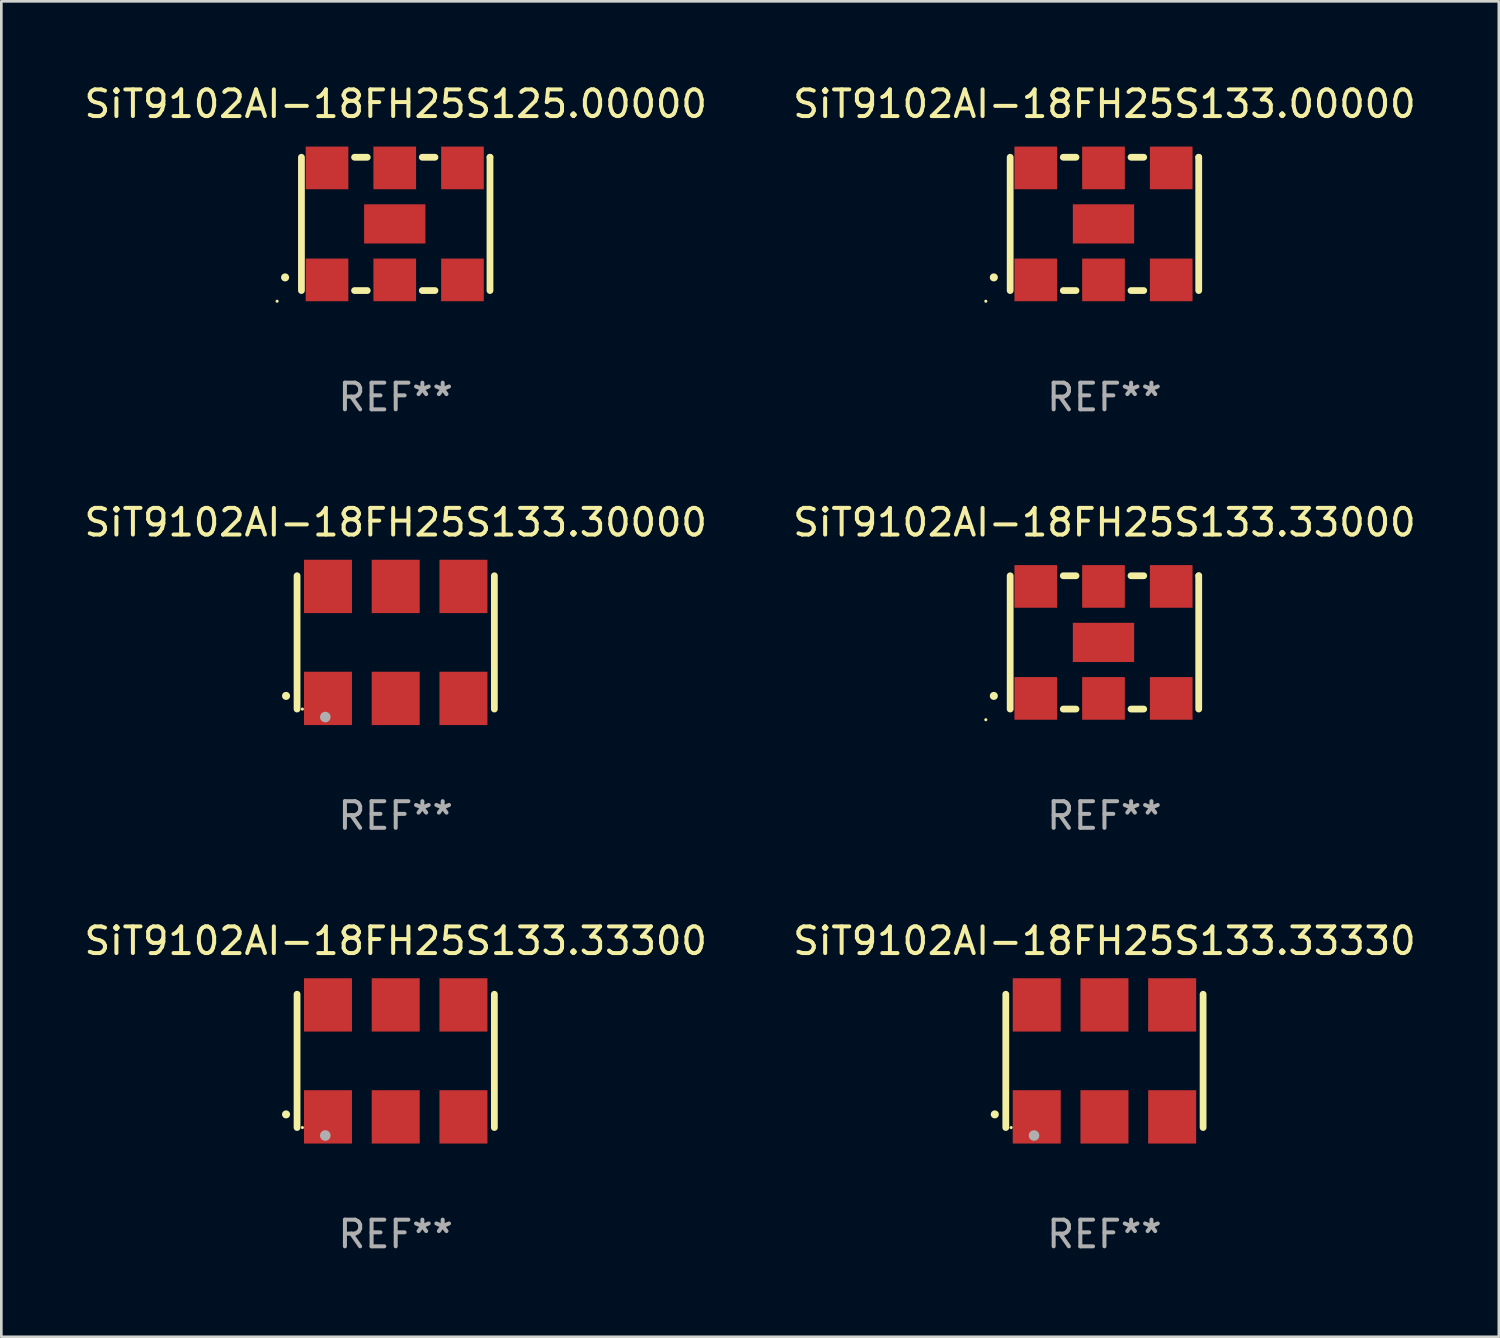
<source format=kicad_pcb>
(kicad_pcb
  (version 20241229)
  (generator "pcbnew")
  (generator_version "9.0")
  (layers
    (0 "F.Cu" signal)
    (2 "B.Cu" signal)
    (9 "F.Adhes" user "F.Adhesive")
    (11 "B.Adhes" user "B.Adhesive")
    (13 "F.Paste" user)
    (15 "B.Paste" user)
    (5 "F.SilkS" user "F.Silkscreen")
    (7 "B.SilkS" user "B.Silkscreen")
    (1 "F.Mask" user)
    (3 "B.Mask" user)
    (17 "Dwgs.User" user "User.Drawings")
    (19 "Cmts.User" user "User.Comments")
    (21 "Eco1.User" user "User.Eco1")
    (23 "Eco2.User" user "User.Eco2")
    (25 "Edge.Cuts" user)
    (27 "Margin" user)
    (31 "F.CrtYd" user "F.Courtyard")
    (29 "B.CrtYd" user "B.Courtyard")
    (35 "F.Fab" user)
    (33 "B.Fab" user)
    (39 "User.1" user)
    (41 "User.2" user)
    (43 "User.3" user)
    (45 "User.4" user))
  (footprint "SiT9102AI-18FH25S125.00000"
    (layer "F.Cu")
    (at 11.792 5.348)
    (property "Reference" "SiT9102AI-18FH25S125.00000" (at 0 -4.5 0) (layer "F.SilkS") (effects (font (size 1 1) (thickness 0.15))))
    (attr through_hole)
    (fp_line (start -3.536 -2.5) (end -3.536 2.5) (stroke (width 0.254) (type solid)) (layer "F.SilkS"))
    (fp_line (start -1.544 2.5) (end -1.067 2.5) (stroke (width 0.254) (type solid)) (layer "F.SilkS"))
    (fp_line (start -1.067 -2.5) (end -1.544 -2.5) (stroke (width 0.254) (type solid)) (layer "F.SilkS"))
    (fp_line (start 0.996 2.5) (end 1.473 2.5) (stroke (width 0.254) (type solid)) (layer "F.SilkS"))
    (fp_line (start 1.473 -2.5) (end 0.996 -2.5) (stroke (width 0.254) (type solid)) (layer "F.SilkS"))
    (fp_line (start 3.536 -2.5) (end 3.536 -2.5) (stroke (width 0.254) (type solid)) (layer "F.SilkS"))
    (fp_line (start 3.536 2.5) (end 3.536 -2.5) (stroke (width 0.254) (type solid)) (layer "F.SilkS"))
    (fp_arc (start -4.150432 2.006604) (mid -4.149162 2.006599) (end -4.147892 2.006604) (stroke (width 0.3) (type solid)) (layer "F.SilkS"))
    (fp_circle (center -4.449 2.9) (end -4.419 2.9) (stroke (width 0.06) (type solid)) (fill no) (layer "F.SilkS"))
    (fp_text user "REF**" (at 0 6.5 0) (layer "F.Fab") (effects (font (size 1 1) (thickness 0.15))))
    (pad "1" smd rect (at -2.576 2.1) (size 1.6 1.6) (layers "F.Cu" "F.Mask" "F.Paste"))
    (pad "2" smd rect (at -0.036 2.1) (size 1.6 1.6) (layers "F.Cu" "F.Mask" "F.Paste"))
    (pad "3" smd rect (at 2.504 2.1) (size 1.6 1.6) (layers "F.Cu" "F.Mask" "F.Paste"))
    (pad "4" smd rect (at 2.504 -2.1) (size 1.6 1.6) (layers "F.Cu" "F.Mask" "F.Paste"))
    (pad "5" smd rect (at -0.036 -2.1) (size 1.6 1.6) (layers "F.Cu" "F.Mask" "F.Paste"))
    (pad "6" smd rect (at -2.576 -2.1) (size 1.6 1.6) (layers "F.Cu" "F.Mask" "F.Paste"))
    (pad "7" smd rect (at -0.036 0) (size 2.3 1.47) (layers "F.Cu" "F.Mask" "F.Paste")))
  (footprint "SiT9102AI-18FH25S133.30000"
    (layer "F.Cu")
    (at 11.792 21.045)
    (property "Reference" "SiT9102AI-18FH25S133.30000" (at 0 -4.5 0) (layer "F.SilkS") (effects (font (size 1 1) (thickness 0.15))))
    (attr through_hole)
    (fp_line (start -3.7 -2.5) (end -3.7 2.5) (stroke (width 0.254) (type solid)) (layer "F.SilkS"))
    (fp_line (start 3.7 -2.5) (end 3.7 2.5) (stroke (width 0.254) (type solid)) (layer "F.SilkS"))
    (fp_arc (start -4.114415 2.006604) (mid -4.113145 2.006599) (end -4.111875 2.006604) (stroke (width 0.3) (type solid)) (layer "F.SilkS"))
    (fp_circle (center -3.5 2.501) (end -3.47 2.501) (stroke (width 0.06) (type solid)) (fill no) (layer "F.SilkS"))
    (fp_circle (center -2.641 2.799) (end -2.541 2.799) (stroke (width 0.2) (type solid)) (fill no) (layer "F.Fab"))
    (fp_text user "REF**" (at 0 6.5 0) (layer "F.Fab") (effects (font (size 1 1) (thickness 0.15))))
    (pad "1" smd rect (at -2.54 2.1) (size 1.8 2) (layers "F.Cu" "F.Mask" "F.Paste"))
    (pad "2" smd rect (at 0.000394 2.1) (size 1.8 2) (layers "F.Cu" "F.Mask" "F.Paste"))
    (pad "3" smd rect (at 2.54 2.1) (size 1.8 2) (layers "F.Cu" "F.Mask" "F.Paste"))
    (pad "4" smd rect (at 2.54 -2.1) (size 1.8 2) (layers "F.Cu" "F.Mask" "F.Paste"))
    (pad "5" smd rect (at 0.000394 -2.1) (size 1.8 2) (layers "F.Cu" "F.Mask" "F.Paste"))
    (pad "6" smd rect (at -2.54 -2.1) (size 1.8 2) (layers "F.Cu" "F.Mask" "F.Paste")))
  (footprint "SiT9102AI-18FH25S133.33000"
    (layer "F.Cu")
    (at 38.375 21.045)
    (property "Reference" "SiT9102AI-18FH25S133.33000" (at 0 -4.5 0) (layer "F.SilkS") (effects (font (size 1 1) (thickness 0.15))))
    (attr through_hole)
    (fp_line (start -3.536 -2.5) (end -3.536 2.5) (stroke (width 0.254) (type solid)) (layer "F.SilkS"))
    (fp_line (start -1.544 2.5) (end -1.067 2.5) (stroke (width 0.254) (type solid)) (layer "F.SilkS"))
    (fp_line (start -1.067 -2.5) (end -1.544 -2.5) (stroke (width 0.254) (type solid)) (layer "F.SilkS"))
    (fp_line (start 0.996 2.5) (end 1.473 2.5) (stroke (width 0.254) (type solid)) (layer "F.SilkS"))
    (fp_line (start 1.473 -2.5) (end 0.996 -2.5) (stroke (width 0.254) (type solid)) (layer "F.SilkS"))
    (fp_line (start 3.536 -2.5) (end 3.536 -2.5) (stroke (width 0.254) (type solid)) (layer "F.SilkS"))
    (fp_line (start 3.536 2.5) (end 3.536 -2.5) (stroke (width 0.254) (type solid)) (layer "F.SilkS"))
    (fp_arc (start -4.150432 2.006604) (mid -4.149162 2.006599) (end -4.147892 2.006604) (stroke (width 0.3) (type solid)) (layer "F.SilkS"))
    (fp_circle (center -4.449 2.9) (end -4.419 2.9) (stroke (width 0.06) (type solid)) (fill no) (layer "F.SilkS"))
    (fp_text user "REF**" (at 0 6.5 0) (layer "F.Fab") (effects (font (size 1 1) (thickness 0.15))))
    (pad "1" smd rect (at -2.576 2.1) (size 1.6 1.6) (layers "F.Cu" "F.Mask" "F.Paste"))
    (pad "2" smd rect (at -0.036 2.1) (size 1.6 1.6) (layers "F.Cu" "F.Mask" "F.Paste"))
    (pad "3" smd rect (at 2.504 2.1) (size 1.6 1.6) (layers "F.Cu" "F.Mask" "F.Paste"))
    (pad "4" smd rect (at 2.504 -2.1) (size 1.6 1.6) (layers "F.Cu" "F.Mask" "F.Paste"))
    (pad "5" smd rect (at -0.036 -2.1) (size 1.6 1.6) (layers "F.Cu" "F.Mask" "F.Paste"))
    (pad "6" smd rect (at -2.576 -2.1) (size 1.6 1.6) (layers "F.Cu" "F.Mask" "F.Paste"))
    (pad "7" smd rect (at -0.036 0) (size 2.3 1.47) (layers "F.Cu" "F.Mask" "F.Paste")))
  (footprint "SiT9102AI-18FH25S133.33300"
    (layer "F.Cu")
    (at 11.792 36.741)
    (property "Reference" "SiT9102AI-18FH25S133.33300" (at 0 -4.5 0) (layer "F.SilkS") (effects (font (size 1 1) (thickness 0.15))))
    (attr through_hole)
    (fp_line (start -3.7 -2.5) (end -3.7 2.5) (stroke (width 0.254) (type solid)) (layer "F.SilkS"))
    (fp_line (start 3.7 -2.5) (end 3.7 2.5) (stroke (width 0.254) (type solid)) (layer "F.SilkS"))
    (fp_arc (start -4.114415 2.006604) (mid -4.113145 2.006599) (end -4.111875 2.006604) (stroke (width 0.3) (type solid)) (layer "F.SilkS"))
    (fp_circle (center -3.5 2.501) (end -3.47 2.501) (stroke (width 0.06) (type solid)) (fill no) (layer "F.SilkS"))
    (fp_circle (center -2.641 2.799) (end -2.541 2.799) (stroke (width 0.2) (type solid)) (fill no) (layer "F.Fab"))
    (fp_text user "REF**" (at 0 6.5 0) (layer "F.Fab") (effects (font (size 1 1) (thickness 0.15))))
    (pad "1" smd rect (at -2.54 2.1) (size 1.8 2) (layers "F.Cu" "F.Mask" "F.Paste"))
    (pad "2" smd rect (at 0.000394 2.1) (size 1.8 2) (layers "F.Cu" "F.Mask" "F.Paste"))
    (pad "3" smd rect (at 2.54 2.1) (size 1.8 2) (layers "F.Cu" "F.Mask" "F.Paste"))
    (pad "4" smd rect (at 2.54 -2.1) (size 1.8 2) (layers "F.Cu" "F.Mask" "F.Paste"))
    (pad "5" smd rect (at 0.000394 -2.1) (size 1.8 2) (layers "F.Cu" "F.Mask" "F.Paste"))
    (pad "6" smd rect (at -2.54 -2.1) (size 1.8 2) (layers "F.Cu" "F.Mask" "F.Paste")))
  (footprint "SiT9102AI-18FH25S133.33330"
    (layer "F.Cu")
    (at 38.375 36.741)
    (property "Reference" "SiT9102AI-18FH25S133.33330" (at 0 -4.5 0) (layer "F.SilkS") (effects (font (size 1 1) (thickness 0.15))))
    (attr through_hole)
    (fp_line (start -3.7 -2.5) (end -3.7 2.5) (stroke (width 0.254) (type solid)) (layer "F.SilkS"))
    (fp_line (start 3.7 -2.5) (end 3.7 2.5) (stroke (width 0.254) (type solid)) (layer "F.SilkS"))
    (fp_arc (start -4.114415 2.006604) (mid -4.113145 2.006599) (end -4.111875 2.006604) (stroke (width 0.3) (type solid)) (layer "F.SilkS"))
    (fp_circle (center -3.5 2.501) (end -3.47 2.501) (stroke (width 0.06) (type solid)) (fill no) (layer "F.SilkS"))
    (fp_circle (center -2.641 2.799) (end -2.541 2.799) (stroke (width 0.2) (type solid)) (fill no) (layer "F.Fab"))
    (fp_text user "REF**" (at 0 6.5 0) (layer "F.Fab") (effects (font (size 1 1) (thickness 0.15))))
    (pad "1" smd rect (at -2.54 2.1) (size 1.8 2) (layers "F.Cu" "F.Mask" "F.Paste"))
    (pad "2" smd rect (at 0.000394 2.1) (size 1.8 2) (layers "F.Cu" "F.Mask" "F.Paste"))
    (pad "3" smd rect (at 2.54 2.1) (size 1.8 2) (layers "F.Cu" "F.Mask" "F.Paste"))
    (pad "4" smd rect (at 2.54 -2.1) (size 1.8 2) (layers "F.Cu" "F.Mask" "F.Paste"))
    (pad "5" smd rect (at 0.000394 -2.1) (size 1.8 2) (layers "F.Cu" "F.Mask" "F.Paste"))
    (pad "6" smd rect (at -2.54 -2.1) (size 1.8 2) (layers "F.Cu" "F.Mask" "F.Paste")))
  (footprint "SiT9102AI-18FH25S133.00000"
    (layer "F.Cu")
    (at 38.375 5.348)
    (property "Reference" "SiT9102AI-18FH25S133.00000" (at 0 -4.5 0) (layer "F.SilkS") (effects (font (size 1 1) (thickness 0.15))))
    (attr through_hole)
    (fp_line (start -3.536 -2.5) (end -3.536 2.5) (stroke (width 0.254) (type solid)) (layer "F.SilkS"))
    (fp_line (start -1.544 2.5) (end -1.067 2.5) (stroke (width 0.254) (type solid)) (layer "F.SilkS"))
    (fp_line (start -1.067 -2.5) (end -1.544 -2.5) (stroke (width 0.254) (type solid)) (layer "F.SilkS"))
    (fp_line (start 0.996 2.5) (end 1.473 2.5) (stroke (width 0.254) (type solid)) (layer "F.SilkS"))
    (fp_line (start 1.473 -2.5) (end 0.996 -2.5) (stroke (width 0.254) (type solid)) (layer "F.SilkS"))
    (fp_line (start 3.536 -2.5) (end 3.536 -2.5) (stroke (width 0.254) (type solid)) (layer "F.SilkS"))
    (fp_line (start 3.536 2.5) (end 3.536 -2.5) (stroke (width 0.254) (type solid)) (layer "F.SilkS"))
    (fp_arc (start -4.150432 2.006604) (mid -4.149162 2.006599) (end -4.147892 2.006604) (stroke (width 0.3) (type solid)) (layer "F.SilkS"))
    (fp_circle (center -4.449 2.9) (end -4.419 2.9) (stroke (width 0.06) (type solid)) (fill no) (layer "F.SilkS"))
    (fp_text user "REF**" (at 0 6.5 0) (layer "F.Fab") (effects (font (size 1 1) (thickness 0.15))))
    (pad "1" smd rect (at -2.576 2.1) (size 1.6 1.6) (layers "F.Cu" "F.Mask" "F.Paste"))
    (pad "2" smd rect (at -0.036 2.1) (size 1.6 1.6) (layers "F.Cu" "F.Mask" "F.Paste"))
    (pad "3" smd rect (at 2.504 2.1) (size 1.6 1.6) (layers "F.Cu" "F.Mask" "F.Paste"))
    (pad "4" smd rect (at 2.504 -2.1) (size 1.6 1.6) (layers "F.Cu" "F.Mask" "F.Paste"))
    (pad "5" smd rect (at -0.036 -2.1) (size 1.6 1.6) (layers "F.Cu" "F.Mask" "F.Paste"))
    (pad "6" smd rect (at -2.576 -2.1) (size 1.6 1.6) (layers "F.Cu" "F.Mask" "F.Paste"))
    (pad "7" smd rect (at -0.036 0) (size 2.3 1.47) (layers "F.Cu" "F.Mask" "F.Paste")))
  (gr_rect
    (start -3 -3)
    (end 53.167 47.09)
    (stroke (width 0.1) (type default))
    (fill no)
    (layer "Edge.Cuts")))
</source>
